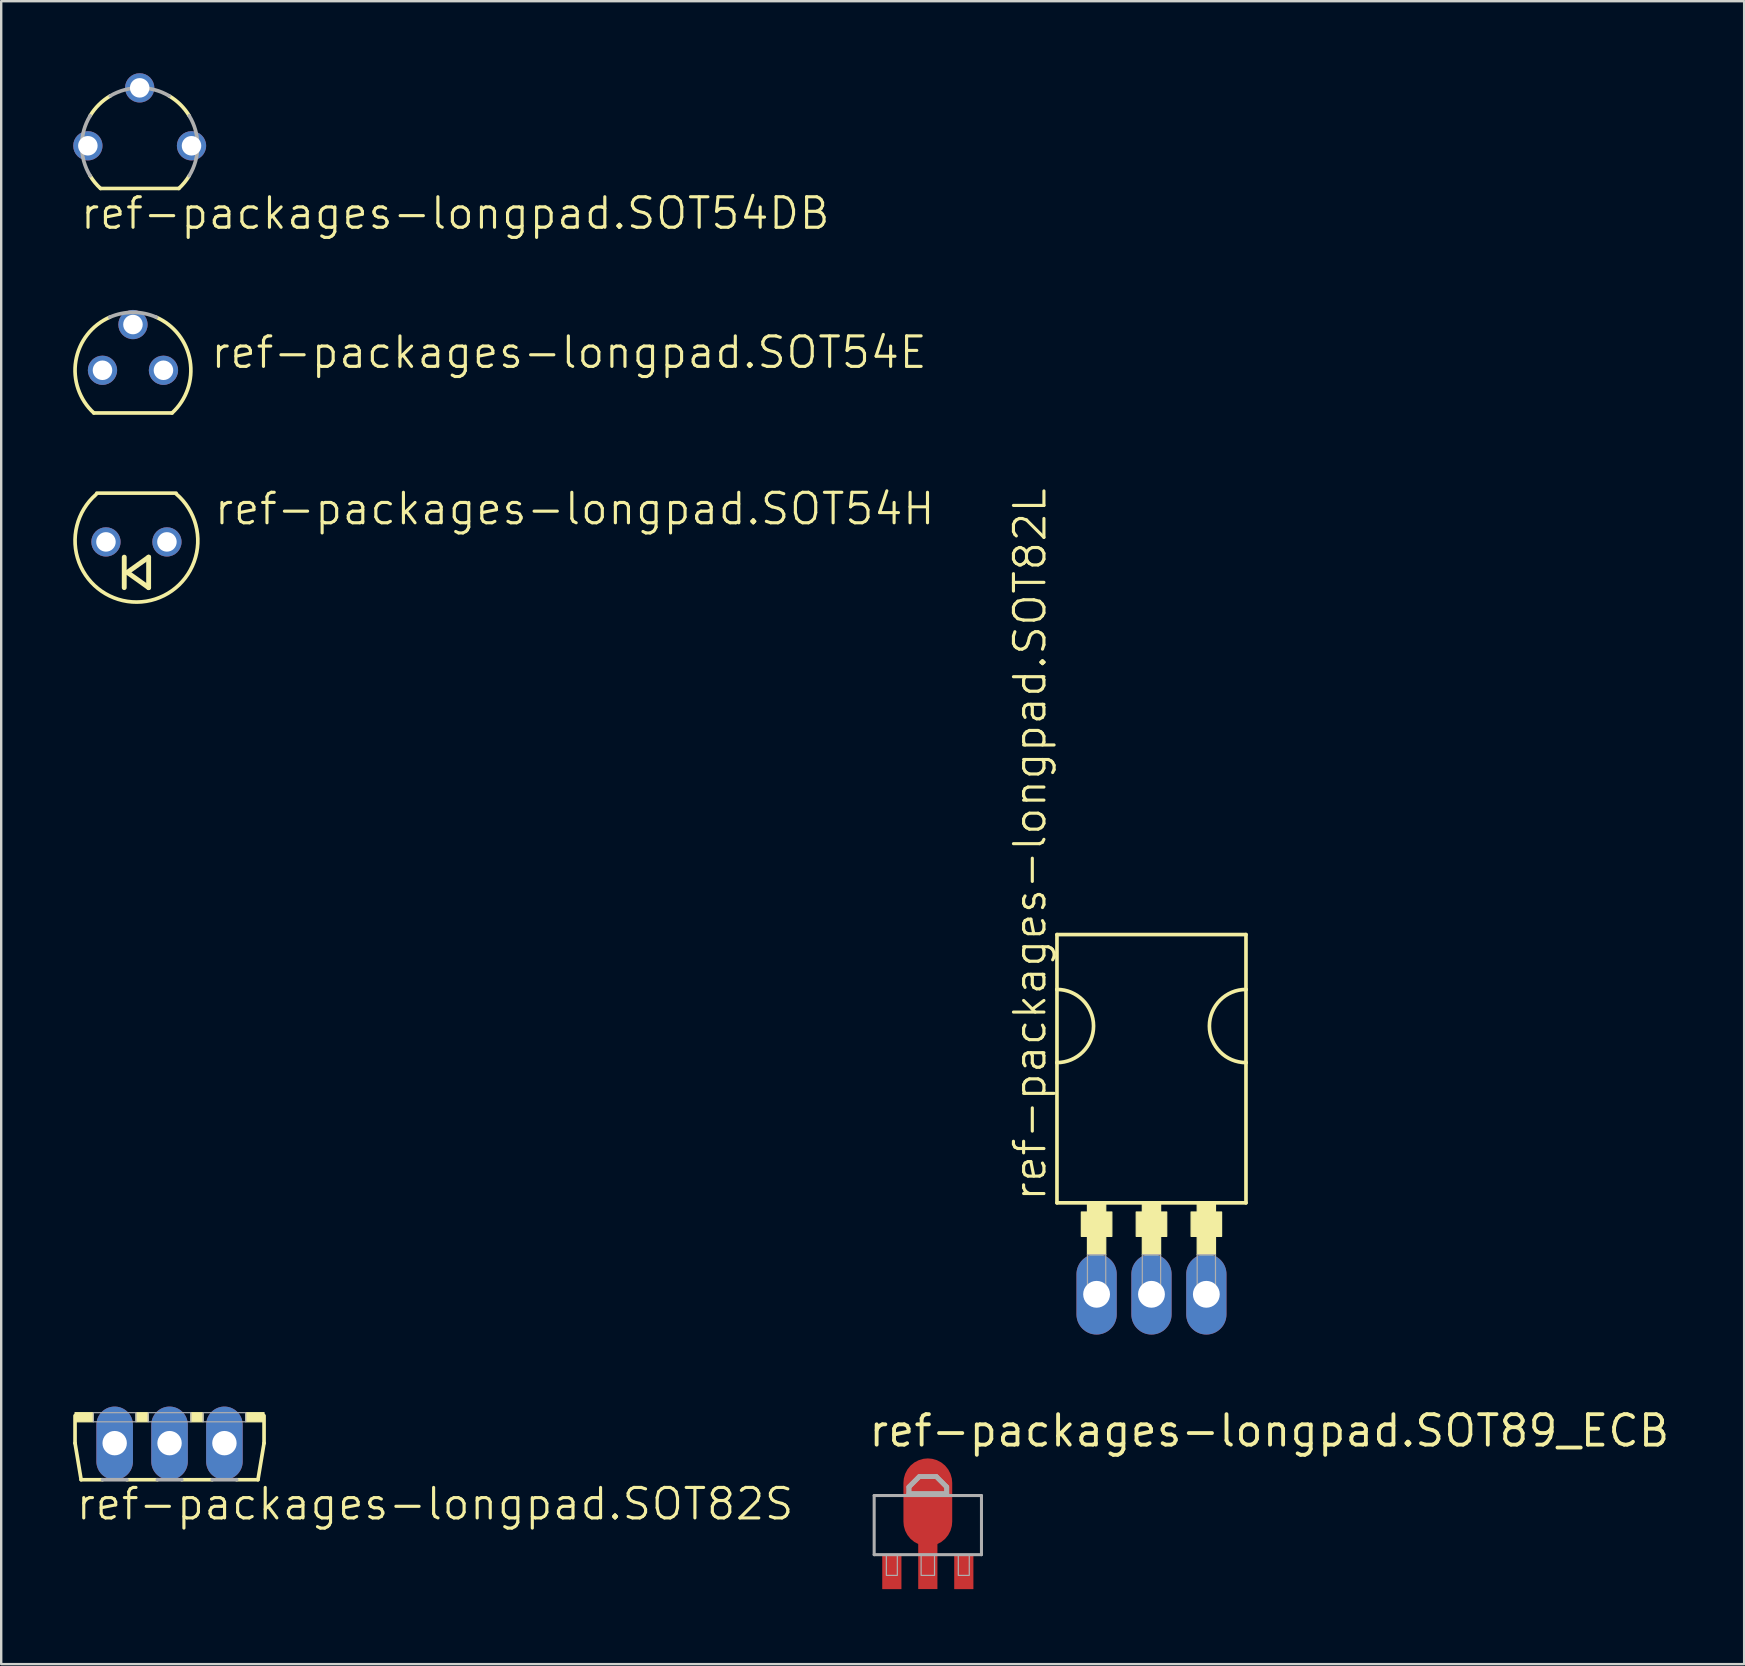
<source format=kicad_pcb>
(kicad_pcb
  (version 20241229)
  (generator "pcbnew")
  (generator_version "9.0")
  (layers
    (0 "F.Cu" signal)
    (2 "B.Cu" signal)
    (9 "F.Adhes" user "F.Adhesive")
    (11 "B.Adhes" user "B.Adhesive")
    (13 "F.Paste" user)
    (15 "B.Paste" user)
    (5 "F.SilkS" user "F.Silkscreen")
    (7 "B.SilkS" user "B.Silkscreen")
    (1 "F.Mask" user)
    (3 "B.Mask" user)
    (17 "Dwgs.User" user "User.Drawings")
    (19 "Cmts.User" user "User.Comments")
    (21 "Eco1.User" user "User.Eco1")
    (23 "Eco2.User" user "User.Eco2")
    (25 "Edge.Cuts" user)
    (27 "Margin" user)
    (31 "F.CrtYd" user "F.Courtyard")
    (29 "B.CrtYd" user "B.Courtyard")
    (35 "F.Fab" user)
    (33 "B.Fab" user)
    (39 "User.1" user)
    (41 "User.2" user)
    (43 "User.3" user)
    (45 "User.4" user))
  (footprint "ref-packages-longpad.SOT89_ECB"
    (layer "F.Cu")
    (at 35.602 60.471)
    (property "Reference" "ref-packages-longpad.SOT89_ECB" (at -2.54 -3.175 0) (layer "F.SilkS") (effects (font (size 1.27 1.27) (thickness 0.16)) (justify left bottom)))
    (attr smd)
    (fp_rect (start -0.5 2.78) (end 0.5 1.18) (stroke (width 0.05) (type default)) (fill yes) (layer "F.Mask"))
    (fp_rect (start -0.4 2.68) (end 0.4 1.28) (stroke (width 0.05) (type default)) (fill yes) (layer "F.Paste"))
    (fp_line (start -2.235 -1.219) (end 2.235 -1.219) (stroke (width 0.127) (type default)) (layer "F.Fab"))
    (fp_line (start -2.235 1.245) (end -2.235 -1.219) (stroke (width 0.127) (type default)) (layer "F.Fab"))
    (fp_line (start -0.787 -1.575) (end -0.356 -2.007) (stroke (width 0.2) (type default)) (layer "F.Fab"))
    (fp_line (start -0.787 -1.295) (end -0.787 -1.575) (stroke (width 0.2) (type default)) (layer "F.Fab"))
    (fp_line (start -0.356 -2.007) (end 0.356 -2.007) (stroke (width 0.2) (type default)) (layer "F.Fab"))
    (fp_line (start 0.356 -2.007) (end 0.787 -1.575) (stroke (width 0.2) (type default)) (layer "F.Fab"))
    (fp_line (start 0.787 -1.575) (end 0.787 -1.295) (stroke (width 0.2) (type default)) (layer "F.Fab"))
    (fp_line (start 0.787 -1.295) (end -0.787 -1.295) (stroke (width 0.2) (type default)) (layer "F.Fab"))
    (fp_line (start 2.235 -1.219) (end 2.235 1.245) (stroke (width 0.127) (type default)) (layer "F.Fab"))
    (fp_line (start 2.235 1.245) (end -2.235 1.245) (stroke (width 0.127) (type default)) (layer "F.Fab"))
    (fp_rect (start -1.727 2.108) (end -1.27 1.27) (stroke (width 0.05) (type default)) (fill no) (layer "F.Fab"))
    (fp_rect (start -0.279 2.108) (end 0.279 1.27) (stroke (width 0.05) (type default)) (fill no) (layer "F.Fab"))
    (fp_rect (start 1.27 2.108) (end 1.727 1.27) (stroke (width 0.05) (type default)) (fill no) (layer "F.Fab"))
    (fp_poly (pts (xy -0.787 -1.321) (xy -0.787 -1.575) (xy -0.356 -2.007) (xy 0.305 -2.007) (xy 0.356 -2.007) (xy 0.787 -1.575) (xy 0.787 -1.295) (xy -0.787 -1.295)) (stroke (width 0.2) (type default)) (fill no) (layer "F.Fab"))
    (pad "B" smd roundrect (at 1.499 1.981) (size 0.8 1.4) (layers "F.Cu" "F.Mask" "F.Paste") (roundrect_rratio 0.01))
    (pad "C" smd roundrect (at 0 1.727) (size 0.8 1.9) (layers "F.Cu" "F.Mask" "F.Paste") (roundrect_rratio 0.01))
    (pad "C@1" smd roundrect (at 0 -0.94) (size 2.032 3.65) (layers "F.Cu" "F.Mask" "F.Paste") (roundrect_rratio 0.5))
    (pad "E" smd roundrect (at -1.499 1.981) (size 0.8 1.4) (layers "F.Cu" "F.Mask" "F.Paste") (roundrect_rratio 0.01)))
  (footprint "ref-packages-longpad.SOT54H"
    (layer "F.Cu")
    (at 2.634 19.525)
    (property "Reference" "ref-packages-longpad.SOT54H" (at 3.175 -0.635 0) (layer "F.SilkS") (effects (font (size 1.27 1.27) (thickness 0.13)) (justify left bottom)))
    (attr through_hole)
    (fp_line (start -0.508 1.905) (end -0.508 0.635) (stroke (width 0.203) (type default)) (layer "F.SilkS"))
    (fp_line (start -0.381 1.27) (end 0.508 1.905) (stroke (width 0.203) (type default)) (layer "F.SilkS"))
    (fp_line (start 0.508 0.635) (end -0.381 1.27) (stroke (width 0.203) (type default)) (layer "F.SilkS"))
    (fp_line (start 0.508 1.905) (end 0.508 0.635) (stroke (width 0.203) (type default)) (layer "F.SilkS"))
    (fp_line (start 1.651 -2.032) (end -1.651 -2.032) (stroke (width 0.152) (type default)) (layer "F.SilkS"))
    (fp_arc (start 1.655761 -1.999999) (mid 0.016671 2.506672) (end -1.681031 -1.978248) (stroke (width 0.1524) (type default)) (layer "F.SilkS"))
    (pad "A" thru_hole circle (at 1.27 0) (size 1.219 1.219) (drill 0.813) (layers "*.Cu" "*.Mask"))
    (pad "C" thru_hole circle (at -1.27 0) (size 1.219 1.219) (drill 0.813) (layers "*.Cu" "*.Mask")))
  (footprint "ref-packages-longpad.SOT82S"
    (layer "F.Cu")
    (at 4.013 55.8)
    (property "Reference" "ref-packages-longpad.SOT82S" (at -3.962 4.547 0) (layer "F.SilkS") (effects (font (size 1.27 1.27) (thickness 0.13)) (justify left bottom)))
    (attr through_hole)
    (fp_line (start -3.937 0.127) (end -3.937 1.27) (stroke (width 0.152) (type default)) (layer "F.SilkS"))
    (fp_line (start -3.937 1.27) (end -3.683 2.794) (stroke (width 0.152) (type default)) (layer "F.SilkS"))
    (fp_line (start -3.683 2.794) (end -2.794 2.794) (stroke (width 0.152) (type default)) (layer "F.SilkS"))
    (fp_line (start -1.778 2.794) (end -0.508 2.794) (stroke (width 0.152) (type default)) (layer "F.SilkS"))
    (fp_line (start 0.508 2.794) (end 1.778 2.794) (stroke (width 0.152) (type default)) (layer "F.SilkS"))
    (fp_line (start 2.794 2.794) (end 3.683 2.794) (stroke (width 0.152) (type default)) (layer "F.SilkS"))
    (fp_line (start 3.683 2.794) (end 3.937 1.27) (stroke (width 0.152) (type default)) (layer "F.SilkS"))
    (fp_line (start 3.937 1.27) (end 3.937 0.127) (stroke (width 0.152) (type default)) (layer "F.SilkS"))
    (fp_rect (start -3.937 0.381) (end -3.175 0) (stroke (width 0.05) (type default)) (fill yes) (layer "F.SilkS"))
    (fp_rect (start -1.397 0.381) (end -0.889 0) (stroke (width 0.05) (type default)) (fill yes) (layer "F.SilkS"))
    (fp_rect (start 0.889 0.381) (end 1.397 0) (stroke (width 0.05) (type default)) (fill yes) (layer "F.SilkS"))
    (fp_rect (start 3.175 0.381) (end 3.937 0) (stroke (width 0.05) (type default)) (fill yes) (layer "F.SilkS"))
    (fp_line (start -2.794 2.794) (end -1.778 2.794) (stroke (width 0.152) (type default)) (layer "F.Fab"))
    (fp_line (start -0.508 2.794) (end 0.508 2.794) (stroke (width 0.152) (type default)) (layer "F.Fab"))
    (fp_line (start 1.778 2.794) (end 2.794 2.794) (stroke (width 0.152) (type default)) (layer "F.Fab"))
    (fp_rect (start -3.175 0.381) (end -1.397 0) (stroke (width 0.05) (type default)) (fill no) (layer "F.Fab"))
    (fp_rect (start -0.889 0.381) (end 0.889 0) (stroke (width 0.05) (type default)) (fill no) (layer "F.Fab"))
    (fp_rect (start 1.397 0.381) (end 3.175 0) (stroke (width 0.05) (type default)) (fill no) (layer "F.Fab"))
    (pad "A" thru_hole oval (at 0 1.27 90) (size 3.048 1.524) (drill 1.016) (layers "*.Cu" "*.Mask"))
    (pad "C" thru_hole oval (at -2.286 1.27 90) (size 3.048 1.524) (drill 1.016) (layers "*.Cu" "*.Mask"))
    (pad "G" thru_hole oval (at 2.286 1.27 90) (size 3.048 1.524) (drill 1.016) (layers "*.Cu" "*.Mask")))
  (footprint "ref-packages-longpad.SOT54E"
    (layer "F.Cu")
    (at 2.489 12.375)
    (property "Reference" "ref-packages-longpad.SOT54E" (at 3.175 0 0) (layer "F.SilkS") (effects (font (size 1.27 1.27) (thickness 0.13)) (justify left bottom)))
    (attr through_hole)
    (fp_line (start -1.631 1.778) (end 1.631 1.778) (stroke (width 0.152) (type default)) (layer "F.SilkS"))
    (fp_arc (start -1.631 1.778) (mid -2.380096 -0.395238) (end -0.9689 -2.2098) (stroke (width 0.1524) (type default)) (layer "F.SilkS"))
    (fp_arc (start 0.9689 -2.2098) (mid 2.380096 -0.395238) (end 1.631 1.778) (stroke (width 0.1524) (type default)) (layer "F.SilkS"))
    (fp_arc (start -0.9692 -2.2098) (mid 0 -2.412999) (end 0.9692 -2.2098) (stroke (width 0.1524) (type default)) (layer "F.Fab"))
    (pad "D" thru_hole circle (at -1.27 0) (size 1.219 1.219) (drill 0.813) (layers "*.Cu" "*.Mask"))
    (pad "G" thru_hole circle (at 0 -1.905) (size 1.219 1.219) (drill 0.813) (layers "*.Cu" "*.Mask"))
    (pad "S" thru_hole circle (at 1.27 0) (size 1.219 1.219) (drill 0.813) (layers "*.Cu" "*.Mask")))
  (footprint "ref-packages-longpad.SOT54DB"
    (layer "F.Cu")
    (at 2.769 3.023)
    (property "Reference" "ref-packages-longpad.SOT54DB" (at -2.54 3.556 0) (layer "F.SilkS") (effects (font (size 1.27 1.27) (thickness 0.13)) (justify left bottom)))
    (attr through_hole)
    (fp_line (start -1.631 1.778) (end 1.631 1.778) (stroke (width 0.152) (type default)) (layer "F.SilkS"))
    (fp_arc (start -2.0638 -1.2504) (mid -1.695865 -1.716597) (end -1.2252 -2.0788) (stroke (width 0.1524) (type default)) (layer "F.SilkS"))
    (fp_arc (start -1.6313 1.7781) (mid -1.866295 1.529613) (end -2.0638 1.2504) (stroke (width 0.1524) (type default)) (layer "F.SilkS"))
    (fp_arc (start 1.2252 -2.0788) (mid 1.695865 -1.716597) (end 2.0638 -1.2504) (stroke (width 0.1524) (type default)) (layer "F.SilkS"))
    (fp_arc (start 2.0634 1.2504) (mid 1.865939 1.529557) (end 1.631 1.778) (stroke (width 0.1524) (type default)) (layer "F.SilkS"))
    (fp_arc (start -2.0638 1.2504) (mid -2.413042 0) (end -2.0638 -1.2504) (stroke (width 0.1524) (type default)) (layer "F.Fab"))
    (fp_arc (start -1.2252 -2.0788) (mid 0 -2.412991) (end 1.2252 -2.0788) (stroke (width 0.1524) (type default)) (layer "F.Fab"))
    (fp_arc (start 2.0638 -1.2504) (mid 2.413042 0) (end 2.0638 1.2504) (stroke (width 0.1524) (type default)) (layer "F.Fab"))
    (pad "B" thru_hole circle (at 2.159 0) (size 1.219 1.219) (drill 0.813) (layers "*.Cu" "*.Mask"))
    (pad "C" thru_hole circle (at 0 -2.413) (size 1.219 1.219) (drill 0.813) (layers "*.Cu" "*.Mask"))
    (pad "E" thru_hole circle (at -2.159 0) (size 1.219 1.219) (drill 0.813) (layers "*.Cu" "*.Mask")))
  (footprint "ref-packages-longpad.SOT82L"
    (layer "F.Cu")
    (at 44.919 45.789)
    (property "Reference" "ref-packages-longpad.SOT82L" (at -4.318 1.27 90) (layer "F.SilkS") (effects (font (size 1.27 1.27) (thickness 0.13)) (justify left bottom)))
    (attr through_hole)
    (fp_line (start -3.937 -9.906) (end 3.937 -9.906) (stroke (width 0.152) (type default)) (layer "F.SilkS"))
    (fp_line (start -3.937 -7.62) (end -3.937 -9.906) (stroke (width 0.152) (type default)) (layer "F.SilkS"))
    (fp_line (start -3.937 -4.572) (end -3.937 -7.62) (stroke (width 0.152) (type default)) (layer "F.SilkS"))
    (fp_line (start -3.937 1.27) (end -3.937 -4.572) (stroke (width 0.152) (type default)) (layer "F.SilkS"))
    (fp_line (start -3.937 1.27) (end 3.937 1.27) (stroke (width 0.152) (type default)) (layer "F.SilkS"))
    (fp_line (start 3.937 -9.906) (end 3.937 -7.62) (stroke (width 0.152) (type default)) (layer "F.SilkS"))
    (fp_line (start 3.937 -7.62) (end 3.937 -4.572) (stroke (width 0.152) (type default)) (layer "F.SilkS"))
    (fp_line (start 3.937 -4.572) (end 3.937 1.27) (stroke (width 0.152) (type default)) (layer "F.SilkS"))
    (fp_rect (start -2.921 2.667) (end -1.651 1.651) (stroke (width 0.05) (type default)) (fill yes) (layer "F.SilkS"))
    (fp_rect (start -2.667 3.429) (end -1.905 1.27) (stroke (width 0.05) (type default)) (fill yes) (layer "F.SilkS"))
    (fp_rect (start -0.635 2.667) (end 0.635 1.651) (stroke (width 0.05) (type default)) (fill yes) (layer "F.SilkS"))
    (fp_rect (start -0.381 3.429) (end 0.381 1.27) (stroke (width 0.05) (type default)) (fill yes) (layer "F.SilkS"))
    (fp_rect (start 1.651 2.667) (end 2.921 1.651) (stroke (width 0.05) (type default)) (fill yes) (layer "F.SilkS"))
    (fp_rect (start 1.905 3.429) (end 2.667 1.27) (stroke (width 0.05) (type default)) (fill yes) (layer "F.SilkS"))
    (fp_arc (start -3.937 -7.62) (mid -2.413 -6.096) (end -3.937 -4.572) (stroke (width 0.1524) (type default)) (layer "F.SilkS"))
    (fp_arc (start 3.937 -4.572) (mid 2.413 -6.096) (end 3.937 -7.62) (stroke (width 0.1524) (type default)) (layer "F.SilkS"))
    (fp_rect (start -2.667 4.953) (end -1.905 3.429) (stroke (width 0.05) (type default)) (fill no) (layer "F.Fab"))
    (fp_rect (start -0.381 4.953) (end 0.381 3.429) (stroke (width 0.05) (type default)) (fill no) (layer "F.Fab"))
    (fp_rect (start 1.905 4.953) (end 2.667 3.429) (stroke (width 0.05) (type default)) (fill no) (layer "F.Fab"))
    (pad "A1" thru_hole oval (at -2.286 5.08 90) (size 3.353 1.676) (drill 1.118) (layers "*.Cu" "*.Mask"))
    (pad "A2" thru_hole oval (at 2.286 5.08 90) (size 3.353 1.676) (drill 1.118) (layers "*.Cu" "*.Mask"))
    (pad "C" thru_hole oval (at 0 5.08 90) (size 3.353 1.676) (drill 1.118) (layers "*.Cu" "*.Mask")))
  (gr_rect
    (start -3 -3)
    (end 69.61 66.276)
    (stroke (width 0.1) (type default))
    (fill no)
    (layer "Edge.Cuts")))
</source>
